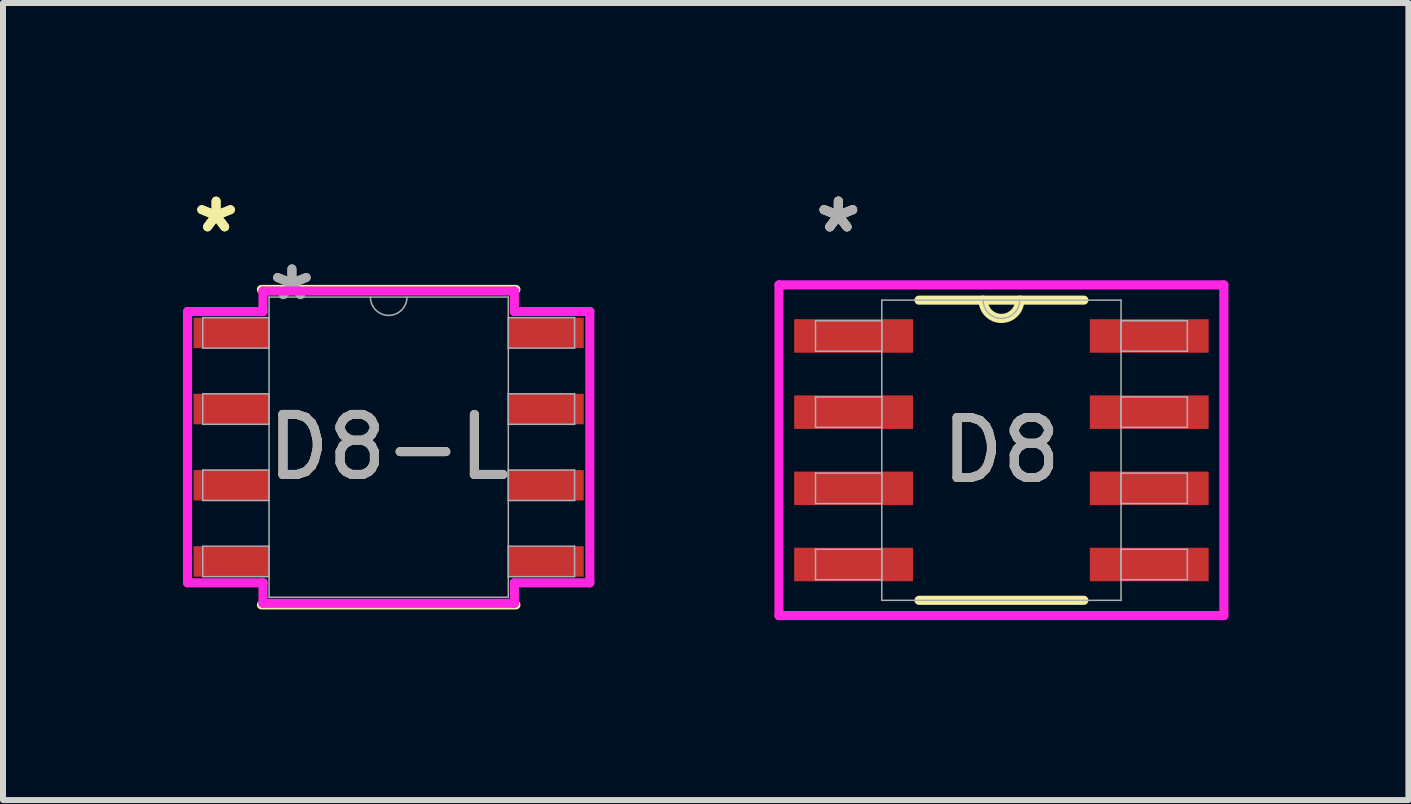
<source format=kicad_pcb>
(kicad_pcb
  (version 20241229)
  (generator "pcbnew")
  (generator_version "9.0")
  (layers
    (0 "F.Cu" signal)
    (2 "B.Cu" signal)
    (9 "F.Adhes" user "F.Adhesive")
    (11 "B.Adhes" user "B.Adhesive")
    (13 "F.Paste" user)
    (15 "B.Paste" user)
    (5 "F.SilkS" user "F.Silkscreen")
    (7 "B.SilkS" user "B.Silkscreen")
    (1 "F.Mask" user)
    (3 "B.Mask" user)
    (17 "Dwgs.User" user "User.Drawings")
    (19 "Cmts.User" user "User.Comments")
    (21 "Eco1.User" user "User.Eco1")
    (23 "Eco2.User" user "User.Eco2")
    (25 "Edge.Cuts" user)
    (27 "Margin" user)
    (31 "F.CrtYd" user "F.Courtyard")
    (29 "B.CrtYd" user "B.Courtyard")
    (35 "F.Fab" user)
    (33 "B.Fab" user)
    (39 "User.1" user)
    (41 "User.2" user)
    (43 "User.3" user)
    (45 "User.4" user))
  (footprint "D8"
    (layer "F.Cu")
    (at 13.643 4.455)
    (property "Reference" "D8" (at 0 0 0) (unlocked yes) (layer "F.SilkS") (effects (font (size 1 1) (thickness 0.15))))
    (attr smd)
    (fp_line (start -1.374 2.502) (end 1.374 2.502) (stroke (width 0.152) (type solid)) (layer "F.SilkS"))
    (fp_line (start 1.374 -2.502) (end -1.374 -2.502) (stroke (width 0.152) (type solid)) (layer "F.SilkS"))
    (fp_arc (start 0.3048 -2.5019) (mid 0 -2.1971) (end -0.3048 -2.5019) (stroke (width 0.1524) (type solid)) (layer "F.SilkS"))
    (fp_line (start -3.708 -2.756) (end 3.708 -2.756) (stroke (width 0.152) (type solid)) (layer "F.CrtYd"))
    (fp_line (start -3.708 2.756) (end -3.708 -2.756) (stroke (width 0.152) (type solid)) (layer "F.CrtYd"))
    (fp_line (start 3.708 -2.756) (end 3.708 2.756) (stroke (width 0.152) (type solid)) (layer "F.CrtYd"))
    (fp_line (start 3.708 2.756) (end -3.708 2.756) (stroke (width 0.152) (type solid)) (layer "F.CrtYd"))
    (fp_line (start -3.099 -2.159) (end -3.099 -1.651) (stroke (width 0.025) (type solid)) (layer "F.Fab"))
    (fp_line (start -3.099 -1.651) (end -1.994 -1.651) (stroke (width 0.025) (type solid)) (layer "F.Fab"))
    (fp_line (start -3.099 -0.889) (end -3.099 -0.381) (stroke (width 0.025) (type solid)) (layer "F.Fab"))
    (fp_line (start -3.099 -0.381) (end -1.994 -0.381) (stroke (width 0.025) (type solid)) (layer "F.Fab"))
    (fp_line (start -3.099 0.381) (end -3.099 0.889) (stroke (width 0.025) (type solid)) (layer "F.Fab"))
    (fp_line (start -3.099 0.889) (end -1.994 0.889) (stroke (width 0.025) (type solid)) (layer "F.Fab"))
    (fp_line (start -3.099 1.651) (end -3.099 2.159) (stroke (width 0.025) (type solid)) (layer "F.Fab"))
    (fp_line (start -3.099 2.159) (end -1.994 2.159) (stroke (width 0.025) (type solid)) (layer "F.Fab"))
    (fp_line (start -1.994 -2.502) (end -1.994 2.502) (stroke (width 0.025) (type solid)) (layer "F.Fab"))
    (fp_line (start -1.994 -2.159) (end -3.099 -2.159) (stroke (width 0.025) (type solid)) (layer "F.Fab"))
    (fp_line (start -1.994 -1.651) (end -1.994 -2.159) (stroke (width 0.025) (type solid)) (layer "F.Fab"))
    (fp_line (start -1.994 -0.889) (end -3.099 -0.889) (stroke (width 0.025) (type solid)) (layer "F.Fab"))
    (fp_line (start -1.994 -0.381) (end -1.994 -0.889) (stroke (width 0.025) (type solid)) (layer "F.Fab"))
    (fp_line (start -1.994 0.381) (end -3.099 0.381) (stroke (width 0.025) (type solid)) (layer "F.Fab"))
    (fp_line (start -1.994 0.889) (end -1.994 0.381) (stroke (width 0.025) (type solid)) (layer "F.Fab"))
    (fp_line (start -1.994 1.651) (end -3.099 1.651) (stroke (width 0.025) (type solid)) (layer "F.Fab"))
    (fp_line (start -1.994 2.159) (end -1.994 1.651) (stroke (width 0.025) (type solid)) (layer "F.Fab"))
    (fp_line (start -1.994 2.502) (end 1.994 2.502) (stroke (width 0.025) (type solid)) (layer "F.Fab"))
    (fp_line (start 1.994 -2.502) (end -1.994 -2.502) (stroke (width 0.025) (type solid)) (layer "F.Fab"))
    (fp_line (start 1.994 -2.159) (end 1.994 -1.651) (stroke (width 0.025) (type solid)) (layer "F.Fab"))
    (fp_line (start 1.994 -1.651) (end 3.099 -1.651) (stroke (width 0.025) (type solid)) (layer "F.Fab"))
    (fp_line (start 1.994 -0.889) (end 1.994 -0.381) (stroke (width 0.025) (type solid)) (layer "F.Fab"))
    (fp_line (start 1.994 -0.381) (end 3.099 -0.381) (stroke (width 0.025) (type solid)) (layer "F.Fab"))
    (fp_line (start 1.994 0.381) (end 1.994 0.889) (stroke (width 0.025) (type solid)) (layer "F.Fab"))
    (fp_line (start 1.994 0.889) (end 3.099 0.889) (stroke (width 0.025) (type solid)) (layer "F.Fab"))
    (fp_line (start 1.994 1.651) (end 1.994 2.159) (stroke (width 0.025) (type solid)) (layer "F.Fab"))
    (fp_line (start 1.994 2.159) (end 3.099 2.159) (stroke (width 0.025) (type solid)) (layer "F.Fab"))
    (fp_line (start 1.994 2.502) (end 1.994 -2.502) (stroke (width 0.025) (type solid)) (layer "F.Fab"))
    (fp_line (start 3.099 -2.159) (end 1.994 -2.159) (stroke (width 0.025) (type solid)) (layer "F.Fab"))
    (fp_line (start 3.099 -1.651) (end 3.099 -2.159) (stroke (width 0.025) (type solid)) (layer "F.Fab"))
    (fp_line (start 3.099 -0.889) (end 1.994 -0.889) (stroke (width 0.025) (type solid)) (layer "F.Fab"))
    (fp_line (start 3.099 -0.381) (end 3.099 -0.889) (stroke (width 0.025) (type solid)) (layer "F.Fab"))
    (fp_line (start 3.099 0.381) (end 1.994 0.381) (stroke (width 0.025) (type solid)) (layer "F.Fab"))
    (fp_line (start 3.099 0.889) (end 3.099 0.381) (stroke (width 0.025) (type solid)) (layer "F.Fab"))
    (fp_line (start 3.099 1.651) (end 1.994 1.651) (stroke (width 0.025) (type solid)) (layer "F.Fab"))
    (fp_line (start 3.099 2.159) (end 3.099 1.651) (stroke (width 0.025) (type solid)) (layer "F.Fab"))
    (fp_arc (start 0.3048 -2.5019) (mid 0 -2.1971) (end -0.3048 -2.5019) (stroke (width 0.0254) (type solid)) (layer "F.Fab"))
    (fp_text user "*" (at -2.718 -3.607 0) (layer "F.SilkS") (effects (font (size 1 1) (thickness 0.15))))
    (fp_text user "*" (at -2.718 -3.607 0) (unlocked yes) (layer "F.SilkS") (effects (font (size 1 1) (thickness 0.15))))
    (fp_text user "${REFERENCE}" (at 0 0 0) (unlocked yes) (layer "F.Fab") (effects (font (size 1 1) (thickness 0.15))))
    (fp_text user "*" (at -2.718 -3.607 0) (unlocked yes) (layer "F.Fab") (effects (font (size 1 1) (thickness 0.15))))
    (fp_text user "*" (at -2.718 -3.607 0) (layer "F.Fab") (effects (font (size 1 1) (thickness 0.15))))
    (pad "1" smd rect (at -2.464 -1.905) (size 1.981 0.559) (layers "F.Cu" "F.Mask" "F.Paste"))
    (pad "2" smd rect (at -2.464 -0.635) (size 1.981 0.559) (layers "F.Cu" "F.Mask" "F.Paste"))
    (pad "3" smd rect (at -2.464 0.635) (size 1.981 0.559) (layers "F.Cu" "F.Mask" "F.Paste"))
    (pad "4" smd rect (at -2.464 1.905) (size 1.981 0.559) (layers "F.Cu" "F.Mask" "F.Paste"))
    (pad "5" smd rect (at 2.464 1.905) (size 1.981 0.559) (layers "F.Cu" "F.Mask" "F.Paste"))
    (pad "6" smd rect (at 2.464 0.635) (size 1.981 0.559) (layers "F.Cu" "F.Mask" "F.Paste"))
    (pad "7" smd rect (at 2.464 -0.635) (size 1.981 0.559) (layers "F.Cu" "F.Mask" "F.Paste"))
    (pad "8" smd rect (at 2.464 -1.905) (size 1.981 0.559) (layers "F.Cu" "F.Mask" "F.Paste")))
  (footprint "D8-L"
    (layer "F.Cu")
    (at 3.429 4.404)
    (property "Reference" "D8-L" (at 0 0 0) (unlocked yes) (layer "F.SilkS") (effects (font (size 1 1) (thickness 0.15))))
    (attr smd)
    (fp_line (start -2.121 2.629) (end 2.121 2.629) (stroke (width 0.152) (type solid)) (layer "F.SilkS"))
    (fp_line (start 2.121 -2.629) (end -2.121 -2.629) (stroke (width 0.152) (type solid)) (layer "F.SilkS"))
    (fp_line (start -3.353 -2.261) (end -2.095 -2.261) (stroke (width 0.152) (type solid)) (layer "F.CrtYd"))
    (fp_line (start -3.353 2.261) (end -3.353 -2.261) (stroke (width 0.152) (type solid)) (layer "F.CrtYd"))
    (fp_line (start -3.353 2.261) (end -2.095 2.261) (stroke (width 0.152) (type solid)) (layer "F.CrtYd"))
    (fp_line (start -2.095 -2.603) (end 2.095 -2.603) (stroke (width 0.152) (type solid)) (layer "F.CrtYd"))
    (fp_line (start -2.095 -2.261) (end -2.095 -2.603) (stroke (width 0.152) (type solid)) (layer "F.CrtYd"))
    (fp_line (start -2.095 2.603) (end -2.095 2.261) (stroke (width 0.152) (type solid)) (layer "F.CrtYd"))
    (fp_line (start 2.095 -2.603) (end 2.095 -2.261) (stroke (width 0.152) (type solid)) (layer "F.CrtYd"))
    (fp_line (start 2.095 2.261) (end 2.095 2.603) (stroke (width 0.152) (type solid)) (layer "F.CrtYd"))
    (fp_line (start 2.095 2.603) (end -2.095 2.603) (stroke (width 0.152) (type solid)) (layer "F.CrtYd"))
    (fp_line (start 3.353 -2.261) (end 2.095 -2.261) (stroke (width 0.152) (type solid)) (layer "F.CrtYd"))
    (fp_line (start 3.353 -2.261) (end 3.353 2.261) (stroke (width 0.152) (type solid)) (layer "F.CrtYd"))
    (fp_line (start 3.353 2.261) (end 2.095 2.261) (stroke (width 0.152) (type solid)) (layer "F.CrtYd"))
    (fp_line (start -3.099 -2.159) (end -3.099 -1.651) (stroke (width 0.025) (type solid)) (layer "F.Fab"))
    (fp_line (start -3.099 -1.651) (end -1.994 -1.651) (stroke (width 0.025) (type solid)) (layer "F.Fab"))
    (fp_line (start -3.099 -0.889) (end -3.099 -0.381) (stroke (width 0.025) (type solid)) (layer "F.Fab"))
    (fp_line (start -3.099 -0.381) (end -1.994 -0.381) (stroke (width 0.025) (type solid)) (layer "F.Fab"))
    (fp_line (start -3.099 0.381) (end -3.099 0.889) (stroke (width 0.025) (type solid)) (layer "F.Fab"))
    (fp_line (start -3.099 0.889) (end -1.994 0.889) (stroke (width 0.025) (type solid)) (layer "F.Fab"))
    (fp_line (start -3.099 1.651) (end -3.099 2.159) (stroke (width 0.025) (type solid)) (layer "F.Fab"))
    (fp_line (start -3.099 2.159) (end -1.994 2.159) (stroke (width 0.025) (type solid)) (layer "F.Fab"))
    (fp_line (start -1.994 -2.502) (end -1.994 2.502) (stroke (width 0.025) (type solid)) (layer "F.Fab"))
    (fp_line (start -1.994 -2.159) (end -3.099 -2.159) (stroke (width 0.025) (type solid)) (layer "F.Fab"))
    (fp_line (start -1.994 -1.651) (end -1.994 -2.159) (stroke (width 0.025) (type solid)) (layer "F.Fab"))
    (fp_line (start -1.994 -0.889) (end -3.099 -0.889) (stroke (width 0.025) (type solid)) (layer "F.Fab"))
    (fp_line (start -1.994 -0.381) (end -1.994 -0.889) (stroke (width 0.025) (type solid)) (layer "F.Fab"))
    (fp_line (start -1.994 0.381) (end -3.099 0.381) (stroke (width 0.025) (type solid)) (layer "F.Fab"))
    (fp_line (start -1.994 0.889) (end -1.994 0.381) (stroke (width 0.025) (type solid)) (layer "F.Fab"))
    (fp_line (start -1.994 1.651) (end -3.099 1.651) (stroke (width 0.025) (type solid)) (layer "F.Fab"))
    (fp_line (start -1.994 2.159) (end -1.994 1.651) (stroke (width 0.025) (type solid)) (layer "F.Fab"))
    (fp_line (start -1.994 2.502) (end 1.994 2.502) (stroke (width 0.025) (type solid)) (layer "F.Fab"))
    (fp_line (start 1.994 -2.502) (end -1.994 -2.502) (stroke (width 0.025) (type solid)) (layer "F.Fab"))
    (fp_line (start 1.994 -2.159) (end 1.994 -1.651) (stroke (width 0.025) (type solid)) (layer "F.Fab"))
    (fp_line (start 1.994 -1.651) (end 3.099 -1.651) (stroke (width 0.025) (type solid)) (layer "F.Fab"))
    (fp_line (start 1.994 -0.889) (end 1.994 -0.381) (stroke (width 0.025) (type solid)) (layer "F.Fab"))
    (fp_line (start 1.994 -0.381) (end 3.099 -0.381) (stroke (width 0.025) (type solid)) (layer "F.Fab"))
    (fp_line (start 1.994 0.381) (end 1.994 0.889) (stroke (width 0.025) (type solid)) (layer "F.Fab"))
    (fp_line (start 1.994 0.889) (end 3.099 0.889) (stroke (width 0.025) (type solid)) (layer "F.Fab"))
    (fp_line (start 1.994 1.651) (end 1.994 2.159) (stroke (width 0.025) (type solid)) (layer "F.Fab"))
    (fp_line (start 1.994 2.159) (end 3.099 2.159) (stroke (width 0.025) (type solid)) (layer "F.Fab"))
    (fp_line (start 1.994 2.502) (end 1.994 -2.502) (stroke (width 0.025) (type solid)) (layer "F.Fab"))
    (fp_line (start 3.099 -2.159) (end 1.994 -2.159) (stroke (width 0.025) (type solid)) (layer "F.Fab"))
    (fp_line (start 3.099 -1.651) (end 3.099 -2.159) (stroke (width 0.025) (type solid)) (layer "F.Fab"))
    (fp_line (start 3.099 -0.889) (end 1.994 -0.889) (stroke (width 0.025) (type solid)) (layer "F.Fab"))
    (fp_line (start 3.099 -0.381) (end 3.099 -0.889) (stroke (width 0.025) (type solid)) (layer "F.Fab"))
    (fp_line (start 3.099 0.381) (end 1.994 0.381) (stroke (width 0.025) (type solid)) (layer "F.Fab"))
    (fp_line (start 3.099 0.889) (end 3.099 0.381) (stroke (width 0.025) (type solid)) (layer "F.Fab"))
    (fp_line (start 3.099 1.651) (end 1.994 1.651) (stroke (width 0.025) (type solid)) (layer "F.Fab"))
    (fp_line (start 3.099 2.159) (end 3.099 1.651) (stroke (width 0.025) (type solid)) (layer "F.Fab"))
    (fp_arc (start 0.3048 -2.5019) (mid 0 -2.1971) (end -0.3048 -2.5019) (stroke (width 0.0254) (type solid)) (layer "F.Fab"))
    (fp_text user "*" (at -2.877 -3.556 0) (layer "F.SilkS") (effects (font (size 1 1) (thickness 0.15))))
    (fp_text user "*" (at -2.877 -3.556 0) (unlocked yes) (layer "F.SilkS") (effects (font (size 1 1) (thickness 0.15))))
    (fp_text user "*" (at -1.613 -2.426 0) (unlocked yes) (layer "F.Fab") (effects (font (size 1 1) (thickness 0.15))))
    (fp_text user "${REFERENCE}" (at 0 0 0) (unlocked yes) (layer "F.Fab") (effects (font (size 1 1) (thickness 0.15))))
    (fp_text user "*" (at -1.613 -2.426 0) (layer "F.Fab") (effects (font (size 1 1) (thickness 0.15))))
    (pad "1" smd rect (at -2.623 -1.905) (size 1.257 0.508) (layers "F.Cu" "F.Mask" "F.Paste"))
    (pad "2" smd rect (at -2.623 -0.635) (size 1.257 0.508) (layers "F.Cu" "F.Mask" "F.Paste"))
    (pad "3" smd rect (at -2.623 0.635) (size 1.257 0.508) (layers "F.Cu" "F.Mask" "F.Paste"))
    (pad "4" smd rect (at -2.623 1.905) (size 1.257 0.508) (layers "F.Cu" "F.Mask" "F.Paste"))
    (pad "5" smd rect (at 2.623 1.905) (size 1.257 0.508) (layers "F.Cu" "F.Mask" "F.Paste"))
    (pad "6" smd rect (at 2.623 0.635) (size 1.257 0.508) (layers "F.Cu" "F.Mask" "F.Paste"))
    (pad "7" smd rect (at 2.623 -0.635) (size 1.257 0.508) (layers "F.Cu" "F.Mask" "F.Paste"))
    (pad "8" smd rect (at 2.623 -1.905) (size 1.257 0.508) (layers "F.Cu" "F.Mask" "F.Paste")))
  (gr_rect
    (start -3 -3)
    (end 20.427 10.287)
    (stroke (width 0.1) (type default))
    (fill no)
    (layer "Edge.Cuts")))
</source>
